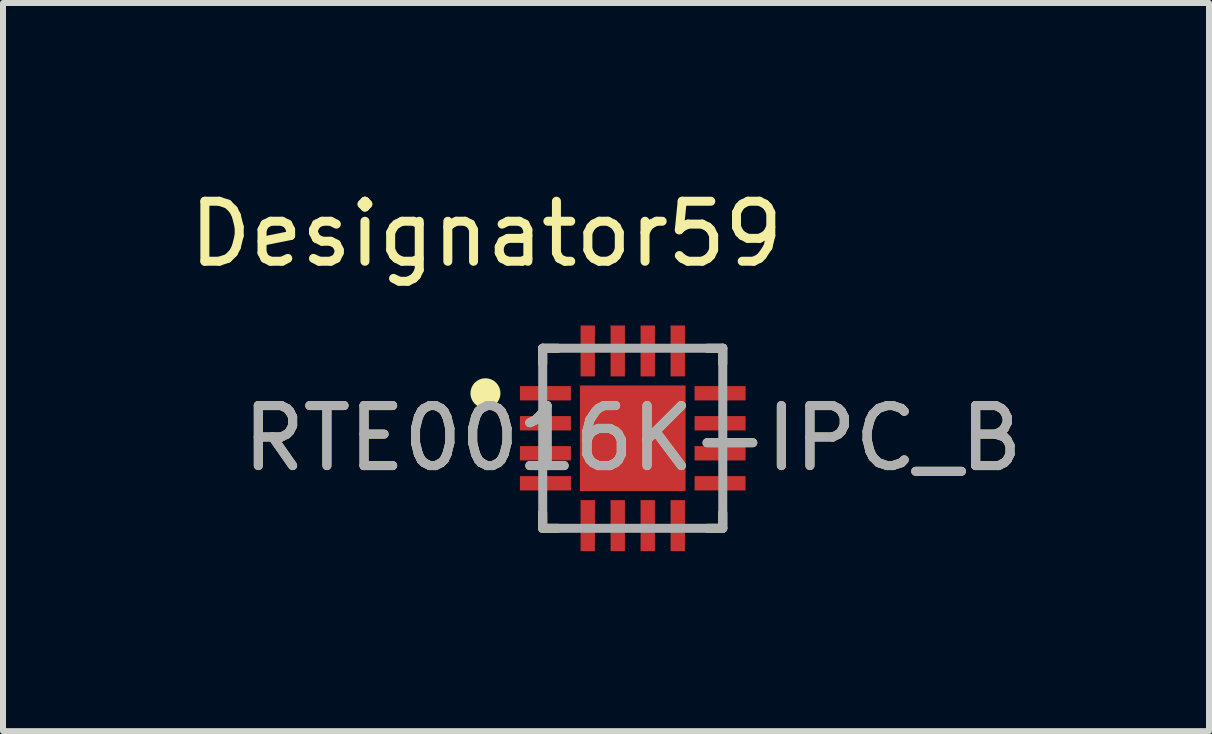
<source format=kicad_pcb>
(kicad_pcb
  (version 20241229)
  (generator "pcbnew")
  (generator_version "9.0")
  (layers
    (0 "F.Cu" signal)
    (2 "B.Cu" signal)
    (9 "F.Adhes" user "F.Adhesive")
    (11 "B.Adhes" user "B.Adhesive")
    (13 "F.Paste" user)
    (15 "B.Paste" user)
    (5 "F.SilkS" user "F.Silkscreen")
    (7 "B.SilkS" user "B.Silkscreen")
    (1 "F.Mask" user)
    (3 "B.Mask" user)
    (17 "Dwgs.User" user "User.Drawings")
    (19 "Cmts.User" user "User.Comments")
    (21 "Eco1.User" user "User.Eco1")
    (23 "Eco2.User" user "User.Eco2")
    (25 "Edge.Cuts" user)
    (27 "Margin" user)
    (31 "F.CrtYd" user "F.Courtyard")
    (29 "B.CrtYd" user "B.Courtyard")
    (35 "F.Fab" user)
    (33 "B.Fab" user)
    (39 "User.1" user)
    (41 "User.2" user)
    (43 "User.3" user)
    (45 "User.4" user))
  (footprint "RTE0016K-IPC_B"
    (layer "F.Cu")
    (at 7.492 4.252)
    (property "Reference" "RTE0016K-IPC_B" (at 0 0 0) (unlocked yes) (layer "F.SilkS") (effects (font (size 1 1) (thickness 0.15))))
    (attr smd)
    (fp_line (start -1.5 -1.5) (end -1.245 -1.5) (stroke (width 0.15) (type solid)) (layer "F.SilkS"))
    (fp_line (start -1.5 -1.245) (end -1.5 -1.5) (stroke (width 0.15) (type solid)) (layer "F.SilkS"))
    (fp_line (start -1.5 1.5) (end -1.5 1.245) (stroke (width 0.15) (type solid)) (layer "F.SilkS"))
    (fp_line (start -1.5 1.5) (end -1.245 1.5) (stroke (width 0.15) (type solid)) (layer "F.SilkS"))
    (fp_line (start 1.245 -1.5) (end 1.5 -1.5) (stroke (width 0.15) (type solid)) (layer "F.SilkS"))
    (fp_line (start 1.245 1.5) (end 1.5 1.5) (stroke (width 0.15) (type solid)) (layer "F.SilkS"))
    (fp_line (start 1.5 -1.245) (end 1.5 -1.5) (stroke (width 0.15) (type solid)) (layer "F.SilkS"))
    (fp_line (start 1.5 1.5) (end 1.5 1.245) (stroke (width 0.15) (type solid)) (layer "F.SilkS"))
    (fp_circle (center -2.454 -0.75) (end -2.329 -0.75) (stroke (width 0.25) (type solid)) (fill no) (layer "F.SilkS"))
    (fp_poly (pts (xy -0.557 0.557) (xy 0.557 0.557) (xy 0.557 -0.557) (xy -0.557 -0.557)) (stroke (width 0) (type solid)) (fill yes) (layer "F.Paste"))
    (fp_line (start -1.5 -1.5) (end 1.5 -1.5) (stroke (width 0.15) (type solid)) (layer "F.Fab"))
    (fp_line (start -1.5 1.5) (end -1.5 -1.5) (stroke (width 0.15) (type solid)) (layer "F.Fab"))
    (fp_line (start -1.5 1.5) (end 1.5 1.5) (stroke (width 0.15) (type solid)) (layer "F.Fab"))
    (fp_line (start 1.5 1.5) (end 1.5 -1.5) (stroke (width 0.15) (type solid)) (layer "F.Fab"))
    (fp_text user "Designator59" (at -2.438 -3.404 0) (unlocked yes) (layer "F.SilkS") (effects (font (size 1 1) (thickness 0.15))))
    (fp_text user "${REFERENCE}" (at 0 0 0) (unlocked yes) (layer "F.Fab") (effects (font (size 1 1) (thickness 0.15))))
    (pad "1" smd rect (at -1.455 -0.75 90) (size 0.239 0.849) (layers "F.Cu" "F.Mask" "F.Paste"))
    (pad "2" smd rect (at -1.455 -0.25 90) (size 0.239 0.849) (layers "F.Cu" "F.Mask" "F.Paste"))
    (pad "3" smd rect (at -1.455 0.25 90) (size 0.239 0.849) (layers "F.Cu" "F.Mask" "F.Paste"))
    (pad "4" smd rect (at -1.455 0.75 90) (size 0.239 0.849) (layers "F.Cu" "F.Mask" "F.Paste"))
    (pad "5" smd rect (at -0.75 1.455) (size 0.239 0.849) (layers "F.Cu" "F.Mask" "F.Paste"))
    (pad "6" smd rect (at -0.25 1.455) (size 0.239 0.849) (layers "F.Cu" "F.Mask" "F.Paste"))
    (pad "7" smd rect (at 0.25 1.455) (size 0.239 0.849) (layers "F.Cu" "F.Mask" "F.Paste"))
    (pad "8" smd rect (at 0.75 1.455) (size 0.239 0.849) (layers "F.Cu" "F.Mask" "F.Paste"))
    (pad "9" smd rect (at 1.455 0.75 90) (size 0.239 0.849) (layers "F.Cu" "F.Mask" "F.Paste"))
    (pad "10" smd rect (at 1.455 0.25 90) (size 0.239 0.849) (layers "F.Cu" "F.Mask" "F.Paste"))
    (pad "11" smd rect (at 1.455 -0.25 90) (size 0.239 0.849) (layers "F.Cu" "F.Mask" "F.Paste"))
    (pad "12" smd rect (at 1.455 -0.75 90) (size 0.239 0.849) (layers "F.Cu" "F.Mask" "F.Paste"))
    (pad "13" smd rect (at 0.75 -1.455) (size 0.239 0.849) (layers "F.Cu" "F.Mask" "F.Paste"))
    (pad "14" smd rect (at 0.25 -1.455) (size 0.239 0.849) (layers "F.Cu" "F.Mask" "F.Paste"))
    (pad "15" smd rect (at -0.25 -1.455) (size 0.239 0.849) (layers "F.Cu" "F.Mask" "F.Paste"))
    (pad "16" smd rect (at -0.75 -1.455) (size 0.239 0.849) (layers "F.Cu" "F.Mask" "F.Paste"))
    (pad "17" smd rect (at 0 0) (size 1.76 1.76) (layers "F.Cu" "F.Mask")))
  (gr_rect
    (start -3 -3)
    (end 17.093 9.131)
    (stroke (width 0.1) (type default))
    (fill no)
    (layer "Edge.Cuts")))
</source>
